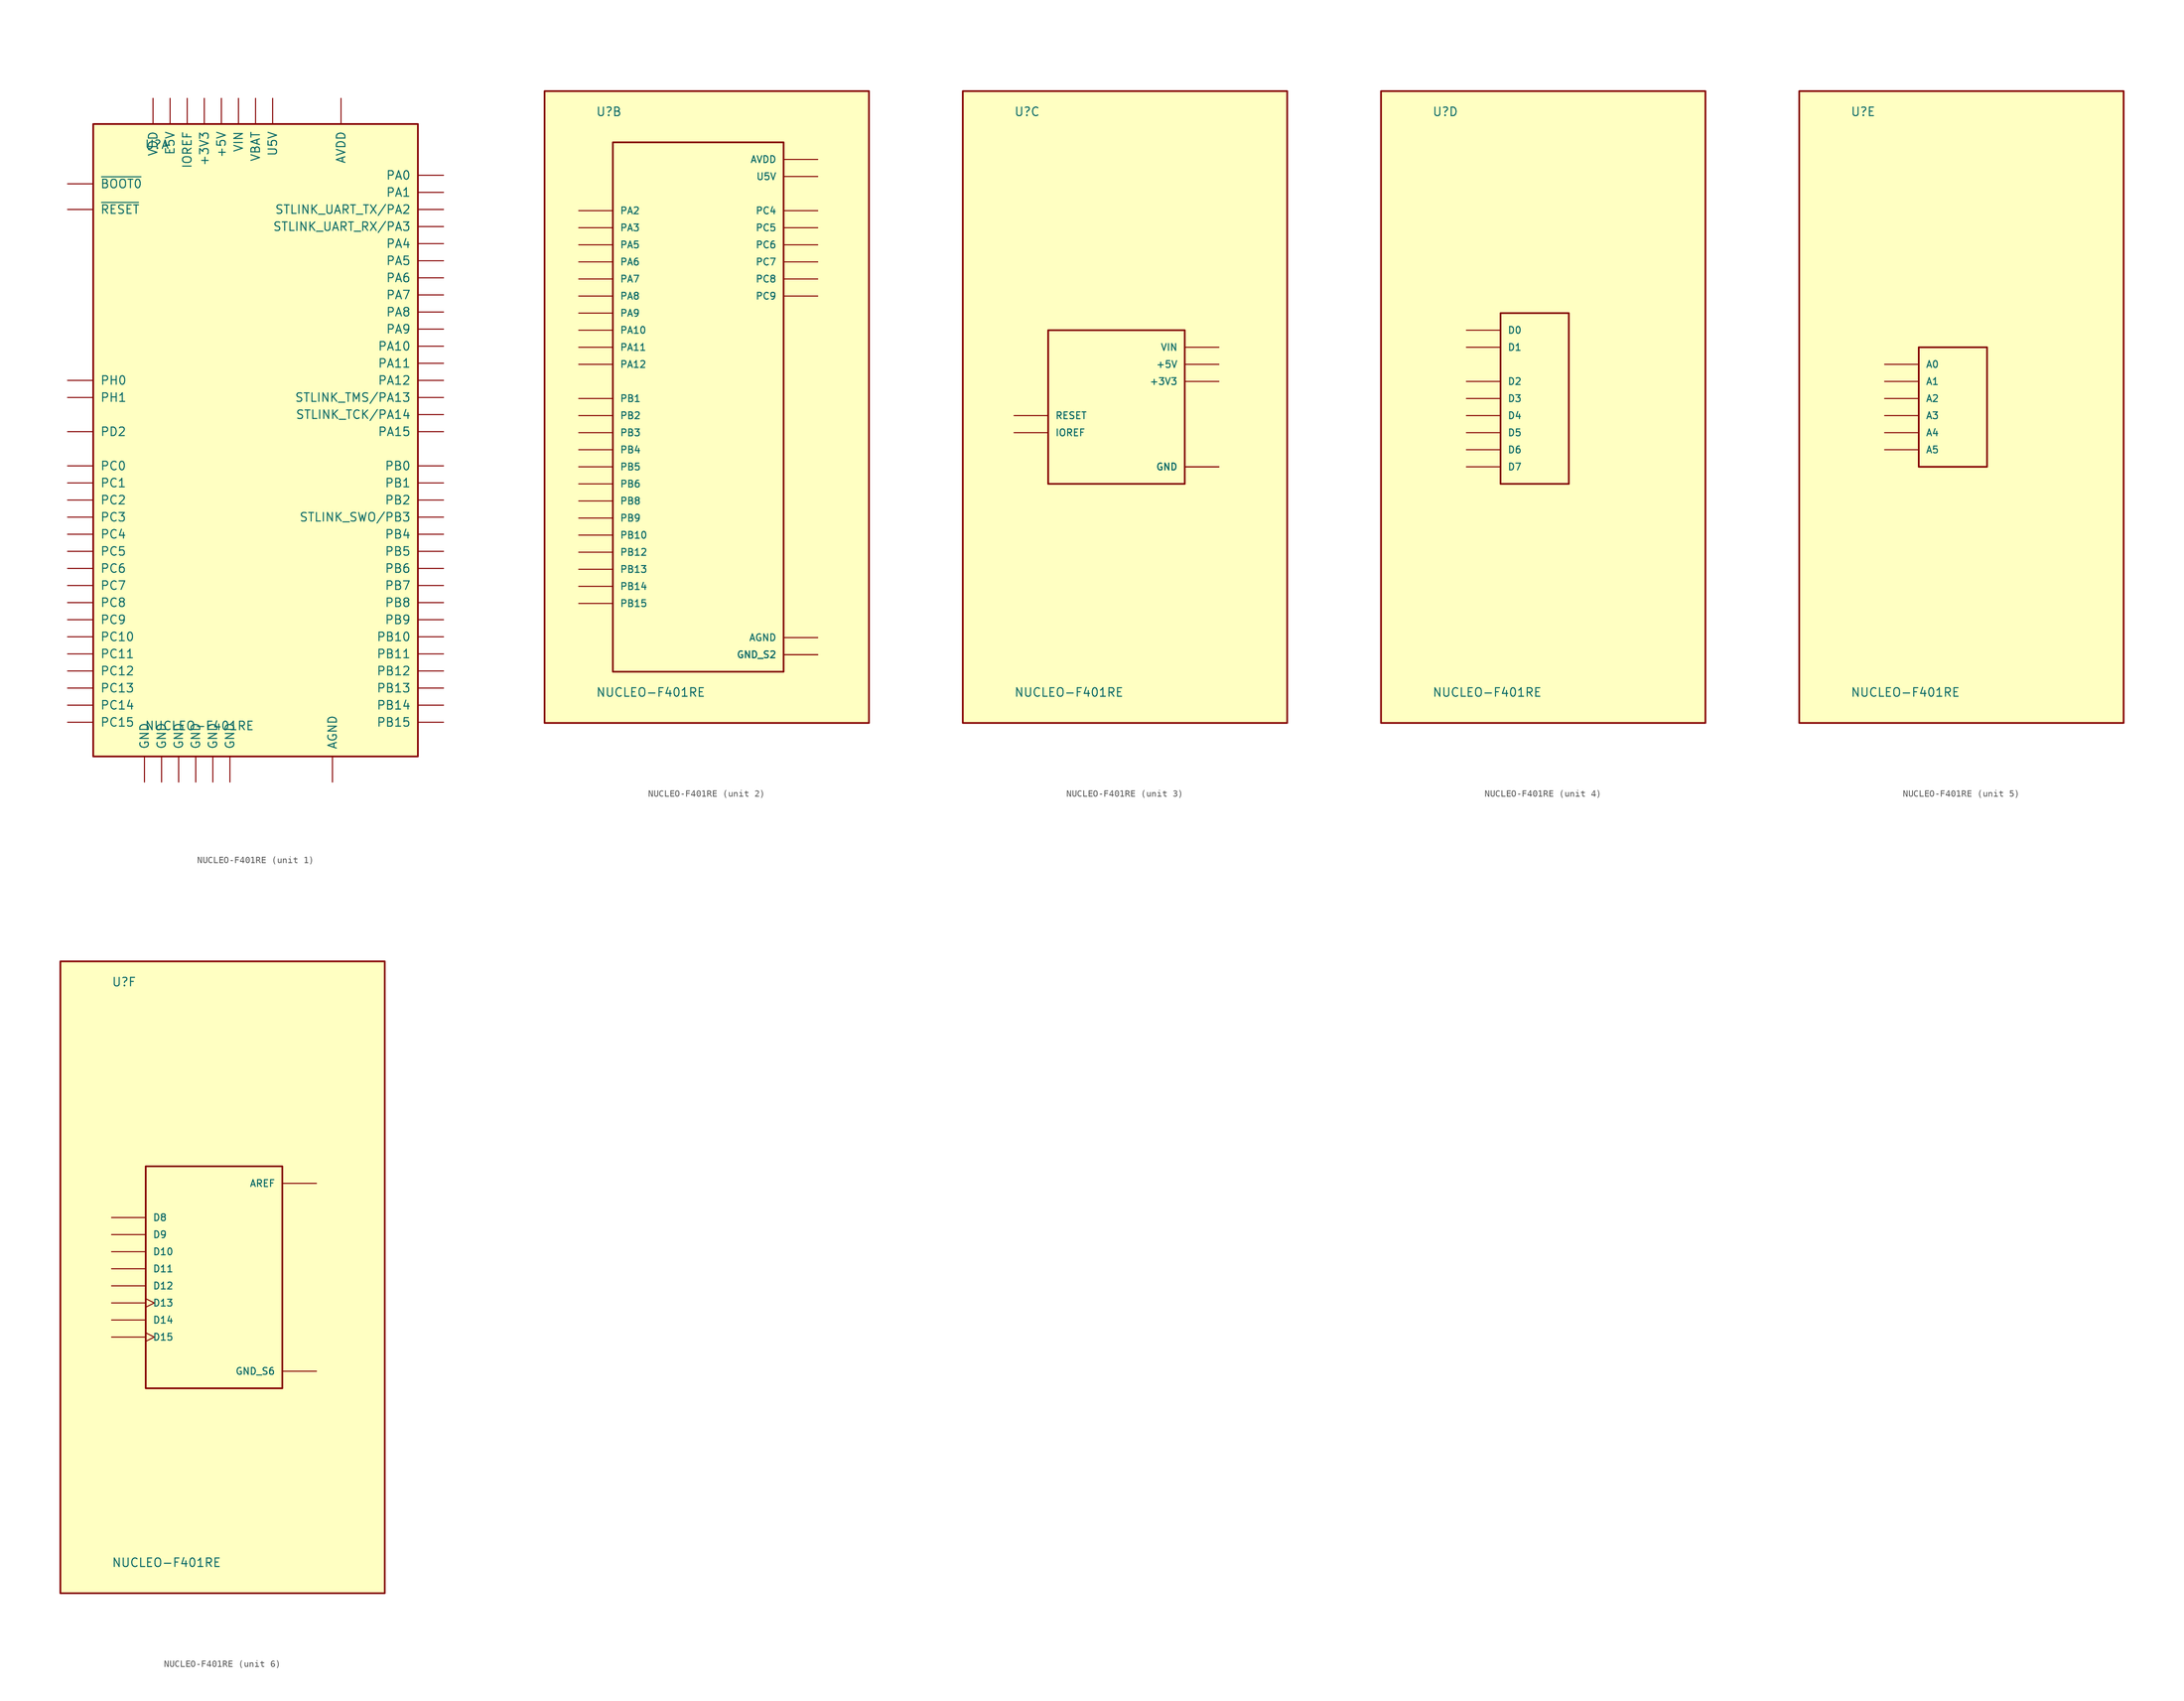
<source format=kicad_sym>
(kicad_symbol_lib
  (version 20231120)
  (generator "kicad_symbol_editor")
  (generator_version "8.0")
  (symbol "NUCLEO-F401RE"
    (pin_numbers hide)
    (pin_names
      (offset 1.016))
    (property "Reference" "U"
      (at -15.24 41.91 0)
      (effects (font (size 1.27 1.27)) (justify left bottom)))
    (property "Value" "NUCLEO-F401RE"
      (at -15.24 -44.45 0)
      (effects (font (size 1.27 1.27)) (justify left bottom)))
    (property "ki_locked" ""
      (at 0 0 0)
      (effects (font (size 1.27 1.27))))
    (symbol "NUCLEO-F401RE_0_1"
      (rectangle (start -22.86 -48.26) (end 25.4 45.72) (stroke (width 0.254) (type default)) (fill (type background))))
    (symbol "NUCLEO-F401RE_1_1"
      (pin bidirectional line (at -26.67 -30.48 0) (length 3.81) (name "PC10" (effects (font (size 1.27 1.27)))) (number "1" (effects (font (size 1.27 1.27)))))
      (pin no_connect line (at -26.67 17.78 0) (length 3.81) hide (name "NC" (effects (font (size 1.27 1.27)))) (number "10" (effects (font (size 1.27 1.27)))))
      (pin no_connect line (at -26.67 12.7 0) (length 3.81) hide (name "NC" (effects (font (size 1.27 1.27)))) (number "11" (effects (font (size 1.27 1.27)))))
      (pin power_in line (at -8.89 49.53 270) (length 3.81) (name "IOREF" (effects (font (size 1.27 1.27)))) (number "12" (effects (font (size 1.27 1.27)))))
      (pin bidirectional line (at 29.21 5.08 180) (length 3.81) (name "STLINK_TMS/PA13" (effects (font (size 1.27 1.27)))) (number "13" (effects (font (size 1.27 1.27)))))
      (pin input line (at -26.67 33.02 0) (length 3.81) (name "~{RESET}" (effects (font (size 1.27 1.27)))) (number "14" (effects (font (size 1.27 1.27)))))
      (pin bidirectional line (at 29.21 2.54 180) (length 3.81) (name "STLINK_TCK/PA14" (effects (font (size 1.27 1.27)))) (number "15" (effects (font (size 1.27 1.27)))))
      (pin power_in line (at -6.35 49.53 270) (length 3.81) (name "+3V3" (effects (font (size 1.27 1.27)))) (number "16" (effects (font (size 1.27 1.27)))))
      (pin bidirectional line (at 29.21 0 180) (length 3.81) (name "PA15" (effects (font (size 1.27 1.27)))) (number "17" (effects (font (size 1.27 1.27)))))
      (pin power_in line (at -3.81 49.53 270) (length 3.81) (name "+5V" (effects (font (size 1.27 1.27)))) (number "18" (effects (font (size 1.27 1.27)))))
      (pin power_in line (at -12.7 -52.07 90) (length 3.81) (name "GND" (effects (font (size 1.27 1.27)))) (number "19" (effects (font (size 1.27 1.27)))))
      (pin bidirectional line (at -26.67 -33.02 0) (length 3.81) (name "PC11" (effects (font (size 1.27 1.27)))) (number "2" (effects (font (size 1.27 1.27)))))
      (pin power_in line (at -10.16 -52.07 90) (length 3.81) (name "GND" (effects (font (size 1.27 1.27)))) (number "20" (effects (font (size 1.27 1.27)))))
      (pin bidirectional line (at 29.21 -22.86 180) (length 3.81) (name "PB7" (effects (font (size 1.27 1.27)))) (number "21" (effects (font (size 1.27 1.27)))))
      (pin power_in line (at -7.62 -52.07 90) (length 3.81) (name "GND" (effects (font (size 1.27 1.27)))) (number "22" (effects (font (size 1.27 1.27)))))
      (pin bidirectional line (at -26.67 -38.1 0) (length 3.81) (name "PC13" (effects (font (size 1.27 1.27)))) (number "23" (effects (font (size 1.27 1.27)))))
      (pin power_in line (at -1.27 49.53 270) (length 3.81) (name "VIN" (effects (font (size 1.27 1.27)))) (number "24" (effects (font (size 1.27 1.27)))))
      (pin bidirectional line (at -26.67 -40.64 0) (length 3.81) (name "PC14" (effects (font (size 1.27 1.27)))) (number "25" (effects (font (size 1.27 1.27)))))
      (pin no_connect line (at -26.67 20.32 0) (length 3.81) hide (name "NC" (effects (font (size 1.27 1.27)))) (number "26" (effects (font (size 1.27 1.27)))))
      (pin bidirectional line (at -26.67 -43.18 0) (length 3.81) (name "PC15" (effects (font (size 1.27 1.27)))) (number "27" (effects (font (size 1.27 1.27)))))
      (pin bidirectional line (at 29.21 38.1 180) (length 3.81) (name "PA0" (effects (font (size 1.27 1.27)))) (number "28" (effects (font (size 1.27 1.27)))))
      (pin bidirectional line (at -26.67 7.62 0) (length 3.81) (name "PH0" (effects (font (size 1.27 1.27)))) (number "29" (effects (font (size 1.27 1.27)))))
      (pin bidirectional line (at -26.67 -35.56 0) (length 3.81) (name "PC12" (effects (font (size 1.27 1.27)))) (number "3" (effects (font (size 1.27 1.27)))))
      (pin bidirectional line (at 29.21 35.56 180) (length 3.81) (name "PA1" (effects (font (size 1.27 1.27)))) (number "30" (effects (font (size 1.27 1.27)))))
      (pin bidirectional line (at -26.67 5.08 0) (length 3.81) (name "PH1" (effects (font (size 1.27 1.27)))) (number "31" (effects (font (size 1.27 1.27)))))
      (pin bidirectional line (at 29.21 27.94 180) (length 3.81) (name "PA4" (effects (font (size 1.27 1.27)))) (number "32" (effects (font (size 1.27 1.27)))))
      (pin power_in line (at 1.27 49.53 270) (length 3.81) (name "VBAT" (effects (font (size 1.27 1.27)))) (number "33" (effects (font (size 1.27 1.27)))))
      (pin bidirectional line (at 29.21 -5.08 180) (length 3.81) (name "PB0" (effects (font (size 1.27 1.27)))) (number "34" (effects (font (size 1.27 1.27)))))
      (pin bidirectional line (at -26.67 -10.16 0) (length 3.81) (name "PC2" (effects (font (size 1.27 1.27)))) (number "35" (effects (font (size 1.27 1.27)))))
      (pin bidirectional line (at -26.67 -7.62 0) (length 3.81) (name "PC1" (effects (font (size 1.27 1.27)))) (number "36" (effects (font (size 1.27 1.27)))))
      (pin bidirectional line (at -26.67 -12.7 0) (length 3.81) (name "PC3" (effects (font (size 1.27 1.27)))) (number "37" (effects (font (size 1.27 1.27)))))
      (pin bidirectional line (at -26.67 -5.08 0) (length 3.81) (name "PC0" (effects (font (size 1.27 1.27)))) (number "38" (effects (font (size 1.27 1.27)))))
      (pin bidirectional line (at -26.67 -27.94 0) (length 3.81) (name "PC9" (effects (font (size 1.27 1.27)))) (number "39" (effects (font (size 1.27 1.27)))))
      (pin bidirectional line (at -26.67 0 0) (length 3.81) (name "PD2" (effects (font (size 1.27 1.27)))) (number "4" (effects (font (size 1.27 1.27)))))
      (pin bidirectional line (at -26.67 -25.4 0) (length 3.81) (name "PC8" (effects (font (size 1.27 1.27)))) (number "40" (effects (font (size 1.27 1.27)))))
      (pin bidirectional line (at 29.21 -25.4 180) (length 3.81) (name "PB8" (effects (font (size 1.27 1.27)))) (number "41" (effects (font (size 1.27 1.27)))))
      (pin bidirectional line (at -26.67 -20.32 0) (length 3.81) (name "PC6" (effects (font (size 1.27 1.27)))) (number "42" (effects (font (size 1.27 1.27)))))
      (pin bidirectional line (at 29.21 -27.94 180) (length 3.81) (name "PB9" (effects (font (size 1.27 1.27)))) (number "43" (effects (font (size 1.27 1.27)))))
      (pin bidirectional line (at -26.67 -17.78 0) (length 3.81) (name "PC5" (effects (font (size 1.27 1.27)))) (number "44" (effects (font (size 1.27 1.27)))))
      (pin power_in line (at 13.97 49.53 270) (length 3.81) (name "AVDD" (effects (font (size 1.27 1.27)))) (number "45" (effects (font (size 1.27 1.27)))))
      (pin power_in line (at 3.81 49.53 270) (length 3.81) (name "U5V" (effects (font (size 1.27 1.27)))) (number "46" (effects (font (size 1.27 1.27)))))
      (pin power_in line (at -5.08 -52.07 90) (length 3.81) (name "GND" (effects (font (size 1.27 1.27)))) (number "47" (effects (font (size 1.27 1.27)))))
      (pin no_connect line (at -26.67 22.86 0) (length 3.81) hide (name "NC" (effects (font (size 1.27 1.27)))) (number "48" (effects (font (size 1.27 1.27)))))
      (pin bidirectional line (at 29.21 25.4 180) (length 3.81) (name "PA5" (effects (font (size 1.27 1.27)))) (number "49" (effects (font (size 1.27 1.27)))))
      (pin power_in line (at -13.97 49.53 270) (length 3.81) (name "VDD" (effects (font (size 1.27 1.27)))) (number "5" (effects (font (size 1.27 1.27)))))
      (pin bidirectional line (at 29.21 7.62 180) (length 3.81) (name "PA12" (effects (font (size 1.27 1.27)))) (number "50" (effects (font (size 1.27 1.27)))))
      (pin bidirectional line (at 29.21 22.86 180) (length 3.81) (name "PA6" (effects (font (size 1.27 1.27)))) (number "51" (effects (font (size 1.27 1.27)))))
      (pin bidirectional line (at 29.21 10.16 180) (length 3.81) (name "PA11" (effects (font (size 1.27 1.27)))) (number "52" (effects (font (size 1.27 1.27)))))
      (pin bidirectional line (at 29.21 20.32 180) (length 3.81) (name "PA7" (effects (font (size 1.27 1.27)))) (number "53" (effects (font (size 1.27 1.27)))))
      (pin bidirectional line (at 29.21 -35.56 180) (length 3.81) (name "PB12" (effects (font (size 1.27 1.27)))) (number "54" (effects (font (size 1.27 1.27)))))
      (pin bidirectional line (at 29.21 -20.32 180) (length 3.81) (name "PB6" (effects (font (size 1.27 1.27)))) (number "55" (effects (font (size 1.27 1.27)))))
      (pin bidirectional line (at 29.21 -33.02 180) (length 3.81) (name "PB11" (effects (font (size 1.27 1.27)))) (number "56" (effects (font (size 1.27 1.27)))))
      (pin bidirectional line (at -26.67 -22.86 0) (length 3.81) (name "PC7" (effects (font (size 1.27 1.27)))) (number "57" (effects (font (size 1.27 1.27)))))
      (pin power_in line (at -2.54 -52.07 90) (length 3.81) (name "GND" (effects (font (size 1.27 1.27)))) (number "58" (effects (font (size 1.27 1.27)))))
      (pin bidirectional line (at 29.21 15.24 180) (length 3.81) (name "PA9" (effects (font (size 1.27 1.27)))) (number "59" (effects (font (size 1.27 1.27)))))
      (pin power_in line (at -11.43 49.53 270) (length 3.81) (name "E5V" (effects (font (size 1.27 1.27)))) (number "6" (effects (font (size 1.27 1.27)))))
      (pin bidirectional line (at 29.21 -10.16 180) (length 3.81) (name "PB2" (effects (font (size 1.27 1.27)))) (number "60" (effects (font (size 1.27 1.27)))))
      (pin bidirectional line (at 29.21 17.78 180) (length 3.81) (name "PA8" (effects (font (size 1.27 1.27)))) (number "61" (effects (font (size 1.27 1.27)))))
      (pin bidirectional line (at 29.21 -7.62 180) (length 3.81) (name "PB1" (effects (font (size 1.27 1.27)))) (number "62" (effects (font (size 1.27 1.27)))))
      (pin bidirectional line (at 29.21 -30.48 180) (length 3.81) (name "PB10" (effects (font (size 1.27 1.27)))) (number "63" (effects (font (size 1.27 1.27)))))
      (pin bidirectional line (at 29.21 -43.18 180) (length 3.81) (name "PB15" (effects (font (size 1.27 1.27)))) (number "64" (effects (font (size 1.27 1.27)))))
      (pin bidirectional line (at 29.21 -15.24 180) (length 3.81) (name "PB4" (effects (font (size 1.27 1.27)))) (number "65" (effects (font (size 1.27 1.27)))))
      (pin bidirectional line (at 29.21 -40.64 180) (length 3.81) (name "PB14" (effects (font (size 1.27 1.27)))) (number "66" (effects (font (size 1.27 1.27)))))
      (pin bidirectional line (at 29.21 -17.78 180) (length 3.81) (name "PB5" (effects (font (size 1.27 1.27)))) (number "67" (effects (font (size 1.27 1.27)))))
      (pin bidirectional line (at 29.21 -38.1 180) (length 3.81) (name "PB13" (effects (font (size 1.27 1.27)))) (number "68" (effects (font (size 1.27 1.27)))))
      (pin bidirectional line (at 29.21 -12.7 180) (length 3.81) (name "STLINK_SWO/PB3" (effects (font (size 1.27 1.27)))) (number "69" (effects (font (size 1.27 1.27)))))
      (pin input line (at -26.67 36.83 0) (length 3.81) (name "~{BOOT0}" (effects (font (size 1.27 1.27)))) (number "7" (effects (font (size 1.27 1.27)))))
      (pin power_in line (at 12.7 -52.07 90) (length 3.81) (name "AGND" (effects (font (size 1.27 1.27)))) (number "70" (effects (font (size 1.27 1.27)))))
      (pin bidirectional line (at 29.21 12.7 180) (length 3.81) (name "PA10" (effects (font (size 1.27 1.27)))) (number "71" (effects (font (size 1.27 1.27)))))
      (pin bidirectional line (at -26.67 -15.24 0) (length 3.81) (name "PC4" (effects (font (size 1.27 1.27)))) (number "72" (effects (font (size 1.27 1.27)))))
      (pin bidirectional line (at 29.21 33.02 180) (length 3.81) (name "STLINK_UART_TX/PA2" (effects (font (size 1.27 1.27)))) (number "73" (effects (font (size 1.27 1.27)))))
      (pin no_connect line (at -26.67 27.94 0) (length 3.81) hide (name "NC" (effects (font (size 1.27 1.27)))) (number "74" (effects (font (size 1.27 1.27)))))
      (pin bidirectional line (at 29.21 30.48 180) (length 3.81) (name "STLINK_UART_RX/PA3" (effects (font (size 1.27 1.27)))) (number "75" (effects (font (size 1.27 1.27)))))
      (pin no_connect line (at -26.67 25.4 0) (length 3.81) hide (name "NC" (effects (font (size 1.27 1.27)))) (number "76" (effects (font (size 1.27 1.27)))))
      (pin power_in line (at -15.24 -52.07 90) (length 3.81) (name "GND" (effects (font (size 1.27 1.27)))) (number "8" (effects (font (size 1.27 1.27)))))
      (pin no_connect line (at -26.67 15.24 0) (length 3.81) hide (name "NC" (effects (font (size 1.27 1.27)))) (number "9" (effects (font (size 1.27 1.27))))))
    (symbol "NUCLEO-F401RE_2_0"
      (rectangle (start -12.7 -40.64) (end 12.7 38.1) (stroke (width 0.254) (type default)) (fill (type background)))
      (pin bidirectional line (at 17.78 15.24 180) (length 5.08) (name "PC9" (effects (font (size 1.016 1.016)))) (number "CN10_1" (effects (font (size 1.016 1.016)))))
      (pin bidirectional line (at -17.78 22.86 0) (length 5.08) (name "PA5" (effects (font (size 1.016 1.016)))) (number "CN10_11" (effects (font (size 1.016 1.016)))))
      (pin bidirectional line (at -17.78 5.08 0) (length 5.08) (name "PA12" (effects (font (size 1.016 1.016)))) (number "CN10_12" (effects (font (size 1.016 1.016)))))
      (pin bidirectional line (at -17.78 20.32 0) (length 5.08) (name "PA6" (effects (font (size 1.016 1.016)))) (number "CN10_13" (effects (font (size 1.016 1.016)))))
      (pin bidirectional line (at -17.78 7.62 0) (length 5.08) (name "PA11" (effects (font (size 1.016 1.016)))) (number "CN10_14" (effects (font (size 1.016 1.016)))))
      (pin bidirectional line (at -17.78 17.78 0) (length 5.08) (name "PA7" (effects (font (size 1.016 1.016)))) (number "CN10_15" (effects (font (size 1.016 1.016)))))
      (pin bidirectional line (at -17.78 -22.86 0) (length 5.08) (name "PB12" (effects (font (size 1.016 1.016)))) (number "CN10_16" (effects (font (size 1.016 1.016)))))
      (pin bidirectional line (at -17.78 -12.7 0) (length 5.08) (name "PB6" (effects (font (size 1.016 1.016)))) (number "CN10_17" (effects (font (size 1.016 1.016)))))
      (pin bidirectional line (at 17.78 20.32 180) (length 5.08) (name "PC7" (effects (font (size 1.016 1.016)))) (number "CN10_19" (effects (font (size 1.016 1.016)))))
      (pin bidirectional line (at 17.78 17.78 180) (length 5.08) (name "PC8" (effects (font (size 1.016 1.016)))) (number "CN10_2" (effects (font (size 1.016 1.016)))))
      (pin power_in line (at 17.78 -38.1 180) (length 5.08) (name "GND_S2" (effects (font (size 1.016 1.016)))) (number "CN10_20" (effects (font (size 1.016 1.016)))))
      (pin bidirectional line (at -17.78 12.7 0) (length 5.08) (name "PA9" (effects (font (size 1.016 1.016)))) (number "CN10_21" (effects (font (size 1.016 1.016)))))
      (pin bidirectional line (at -17.78 -2.54 0) (length 5.08) (name "PB2" (effects (font (size 1.016 1.016)))) (number "CN10_22" (effects (font (size 1.016 1.016)))))
      (pin bidirectional line (at -17.78 15.24 0) (length 5.08) (name "PA8" (effects (font (size 1.016 1.016)))) (number "CN10_23" (effects (font (size 1.016 1.016)))))
      (pin bidirectional line (at -17.78 0 0) (length 5.08) (name "PB1" (effects (font (size 1.016 1.016)))) (number "CN10_24" (effects (font (size 1.016 1.016)))))
      (pin bidirectional line (at -17.78 -20.32 0) (length 5.08) (name "PB10" (effects (font (size 1.016 1.016)))) (number "CN10_25" (effects (font (size 1.016 1.016)))))
      (pin bidirectional line (at -17.78 -30.48 0) (length 5.08) (name "PB15" (effects (font (size 1.016 1.016)))) (number "CN10_26" (effects (font (size 1.016 1.016)))))
      (pin bidirectional line (at -17.78 -7.62 0) (length 5.08) (name "PB4" (effects (font (size 1.016 1.016)))) (number "CN10_27" (effects (font (size 1.016 1.016)))))
      (pin bidirectional line (at -17.78 -27.94 0) (length 5.08) (name "PB14" (effects (font (size 1.016 1.016)))) (number "CN10_28" (effects (font (size 1.016 1.016)))))
      (pin bidirectional line (at -17.78 -10.16 0) (length 5.08) (name "PB5" (effects (font (size 1.016 1.016)))) (number "CN10_29" (effects (font (size 1.016 1.016)))))
      (pin bidirectional line (at -17.78 -15.24 0) (length 5.08) (name "PB8" (effects (font (size 1.016 1.016)))) (number "CN10_3" (effects (font (size 1.016 1.016)))))
      (pin bidirectional line (at -17.78 -25.4 0) (length 5.08) (name "PB13" (effects (font (size 1.016 1.016)))) (number "CN10_30" (effects (font (size 1.016 1.016)))))
      (pin bidirectional line (at -17.78 -5.08 0) (length 5.08) (name "PB3" (effects (font (size 1.016 1.016)))) (number "CN10_31" (effects (font (size 1.016 1.016)))))
      (pin power_in line (at 17.78 -35.56 180) (length 5.08) (name "AGND" (effects (font (size 1.016 1.016)))) (number "CN10_32" (effects (font (size 1.016 1.016)))))
      (pin bidirectional line (at -17.78 10.16 0) (length 5.08) (name "PA10" (effects (font (size 1.016 1.016)))) (number "CN10_33" (effects (font (size 1.016 1.016)))))
      (pin bidirectional line (at 17.78 27.94 180) (length 5.08) (name "PC4" (effects (font (size 1.016 1.016)))) (number "CN10_34" (effects (font (size 1.016 1.016)))))
      (pin bidirectional line (at -17.78 27.94 0) (length 5.08) (name "PA2" (effects (font (size 1.016 1.016)))) (number "CN10_35" (effects (font (size 1.016 1.016)))))
      (pin bidirectional line (at -17.78 25.4 0) (length 5.08) (name "PA3" (effects (font (size 1.016 1.016)))) (number "CN10_37" (effects (font (size 1.016 1.016)))))
      (pin bidirectional line (at 17.78 22.86 180) (length 5.08) (name "PC6" (effects (font (size 1.016 1.016)))) (number "CN10_4" (effects (font (size 1.016 1.016)))))
      (pin bidirectional line (at -17.78 -17.78 0) (length 5.08) (name "PB9" (effects (font (size 1.016 1.016)))) (number "CN10_5" (effects (font (size 1.016 1.016)))))
      (pin bidirectional line (at 17.78 25.4 180) (length 5.08) (name "PC5" (effects (font (size 1.016 1.016)))) (number "CN10_6" (effects (font (size 1.016 1.016)))))
      (pin power_in line (at 17.78 35.56 180) (length 5.08) (name "AVDD" (effects (font (size 1.016 1.016)))) (number "CN10_7" (effects (font (size 1.016 1.016)))))
      (pin power_in line (at 17.78 33.02 180) (length 5.08) (name "U5V" (effects (font (size 1.016 1.016)))) (number "CN10_8" (effects (font (size 1.016 1.016)))))
      (pin power_in line (at 17.78 -38.1 180) (length 5.08) (name "GND_S2" (effects (font (size 1.016 1.016)))) (number "CN10_9" (effects (font (size 1.016 1.016))))))
    (symbol "NUCLEO-F401RE_3_0"
      (rectangle (start -10.16 -12.7) (end 10.16 10.16) (stroke (width 0.254) (type default)) (fill (type background)))
      (pin bidirectional line (at -15.24 -5.08 0) (length 5.08) (name "IOREF" (effects (font (size 1.016 1.016)))) (number "CN6_2" (effects (font (size 1.016 1.016)))))
      (pin bidirectional line (at -15.24 -2.54 0) (length 5.08) (name "RESET" (effects (font (size 1.016 1.016)))) (number "CN6_3" (effects (font (size 1.016 1.016)))))
      (pin power_in line (at 15.24 2.54 180) (length 5.08) (name "+3V3" (effects (font (size 1.016 1.016)))) (number "CN6_4" (effects (font (size 1.016 1.016)))))
      (pin power_in line (at 15.24 5.08 180) (length 5.08) (name "+5V" (effects (font (size 1.016 1.016)))) (number "CN6_5" (effects (font (size 1.016 1.016)))))
      (pin power_in line (at 15.24 -10.16 180) (length 5.08) (name "GND" (effects (font (size 1.016 1.016)))) (number "CN6_6" (effects (font (size 1.016 1.016)))))
      (pin power_in line (at 15.24 -10.16 180) (length 5.08) (name "GND" (effects (font (size 1.016 1.016)))) (number "CN6_7" (effects (font (size 1.016 1.016)))))
      (pin power_in line (at 15.24 7.62 180) (length 5.08) (name "VIN" (effects (font (size 1.016 1.016)))) (number "CN6_8" (effects (font (size 1.016 1.016))))))
    (symbol "NUCLEO-F401RE_4_0"
      (rectangle (start -5.08 -12.7) (end 5.08 12.7) (stroke (width 0.254) (type default)) (fill (type background)))
      (pin input line (at -10.16 10.16 0) (length 5.08) (name "D0" (effects (font (size 1.016 1.016)))) (number "CN9_1" (effects (font (size 1.016 1.016)))))
      (pin output line (at -10.16 7.62 0) (length 5.08) (name "D1" (effects (font (size 1.016 1.016)))) (number "CN9_2" (effects (font (size 1.016 1.016)))))
      (pin bidirectional line (at -10.16 2.54 0) (length 5.08) (name "D2" (effects (font (size 1.016 1.016)))) (number "CN9_3" (effects (font (size 1.016 1.016)))))
      (pin bidirectional line (at -10.16 0 0) (length 5.08) (name "D3" (effects (font (size 1.016 1.016)))) (number "CN9_4" (effects (font (size 1.016 1.016)))))
      (pin bidirectional line (at -10.16 -2.54 0) (length 5.08) (name "D4" (effects (font (size 1.016 1.016)))) (number "CN9_5" (effects (font (size 1.016 1.016)))))
      (pin bidirectional line (at -10.16 -5.08 0) (length 5.08) (name "D5" (effects (font (size 1.016 1.016)))) (number "CN9_6" (effects (font (size 1.016 1.016)))))
      (pin bidirectional line (at -10.16 -7.62 0) (length 5.08) (name "D6" (effects (font (size 1.016 1.016)))) (number "CN9_7" (effects (font (size 1.016 1.016)))))
      (pin bidirectional line (at -10.16 -10.16 0) (length 5.08) (name "D7" (effects (font (size 1.016 1.016)))) (number "CN9_8" (effects (font (size 1.016 1.016))))))
    (symbol "NUCLEO-F401RE_5_0"
      (rectangle (start -5.08 -10.16) (end 5.08 7.62) (stroke (width 0.254) (type default)) (fill (type background)))
      (pin input line (at -10.16 5.08 0) (length 5.08) (name "A0" (effects (font (size 1.016 1.016)))) (number "CN8_1" (effects (font (size 1.016 1.016)))))
      (pin input line (at -10.16 2.54 0) (length 5.08) (name "A1" (effects (font (size 1.016 1.016)))) (number "CN8_2" (effects (font (size 1.016 1.016)))))
      (pin input line (at -10.16 0 0) (length 5.08) (name "A2" (effects (font (size 1.016 1.016)))) (number "CN8_3" (effects (font (size 1.016 1.016)))))
      (pin input line (at -10.16 -2.54 0) (length 5.08) (name "A3" (effects (font (size 1.016 1.016)))) (number "CN8_4" (effects (font (size 1.016 1.016)))))
      (pin input line (at -10.16 -5.08 0) (length 5.08) (name "A4" (effects (font (size 1.016 1.016)))) (number "CN8_5" (effects (font (size 1.016 1.016)))))
      (pin input line (at -10.16 -7.62 0) (length 5.08) (name "A5" (effects (font (size 1.016 1.016)))) (number "CN8_6" (effects (font (size 1.016 1.016))))))
    (symbol "NUCLEO-F401RE_6_0"
      (rectangle (start -10.16 -17.78) (end 10.16 15.24) (stroke (width 0.254) (type default)) (fill (type background)))
      (pin bidirectional line (at -15.24 7.62 0) (length 5.08) (name "D8" (effects (font (size 1.016 1.016)))) (number "CN5_1" (effects (font (size 1.016 1.016)))))
      (pin bidirectional clock (at -15.24 -10.16 0) (length 5.08) (name "D15" (effects (font (size 1.016 1.016)))) (number "CN5_10" (effects (font (size 1.016 1.016)))))
      (pin bidirectional line (at -15.24 5.08 0) (length 5.08) (name "D9" (effects (font (size 1.016 1.016)))) (number "CN5_2" (effects (font (size 1.016 1.016)))))
      (pin bidirectional line (at -15.24 2.54 0) (length 5.08) (name "D10" (effects (font (size 1.016 1.016)))) (number "CN5_3" (effects (font (size 1.016 1.016)))))
      (pin bidirectional line (at -15.24 0 0) (length 5.08) (name "D11" (effects (font (size 1.016 1.016)))) (number "CN5_4" (effects (font (size 1.016 1.016)))))
      (pin bidirectional line (at -15.24 -2.54 0) (length 5.08) (name "D12" (effects (font (size 1.016 1.016)))) (number "CN5_5" (effects (font (size 1.016 1.016)))))
      (pin bidirectional clock (at -15.24 -5.08 0) (length 5.08) (name "D13" (effects (font (size 1.016 1.016)))) (number "CN5_6" (effects (font (size 1.016 1.016)))))
      (pin power_in line (at 15.24 -15.24 180) (length 5.08) (name "GND_S6" (effects (font (size 1.016 1.016)))) (number "CN5_7" (effects (font (size 1.016 1.016)))))
      (pin power_in line (at 15.24 12.7 180) (length 5.08) (name "AREF" (effects (font (size 1.016 1.016)))) (number "CN5_8" (effects (font (size 1.016 1.016)))))
      (pin bidirectional line (at -15.24 -7.62 0) (length 5.08) (name "D14" (effects (font (size 1.016 1.016)))) (number "CN5_9" (effects (font (size 1.016 1.016))))))))
</source>
